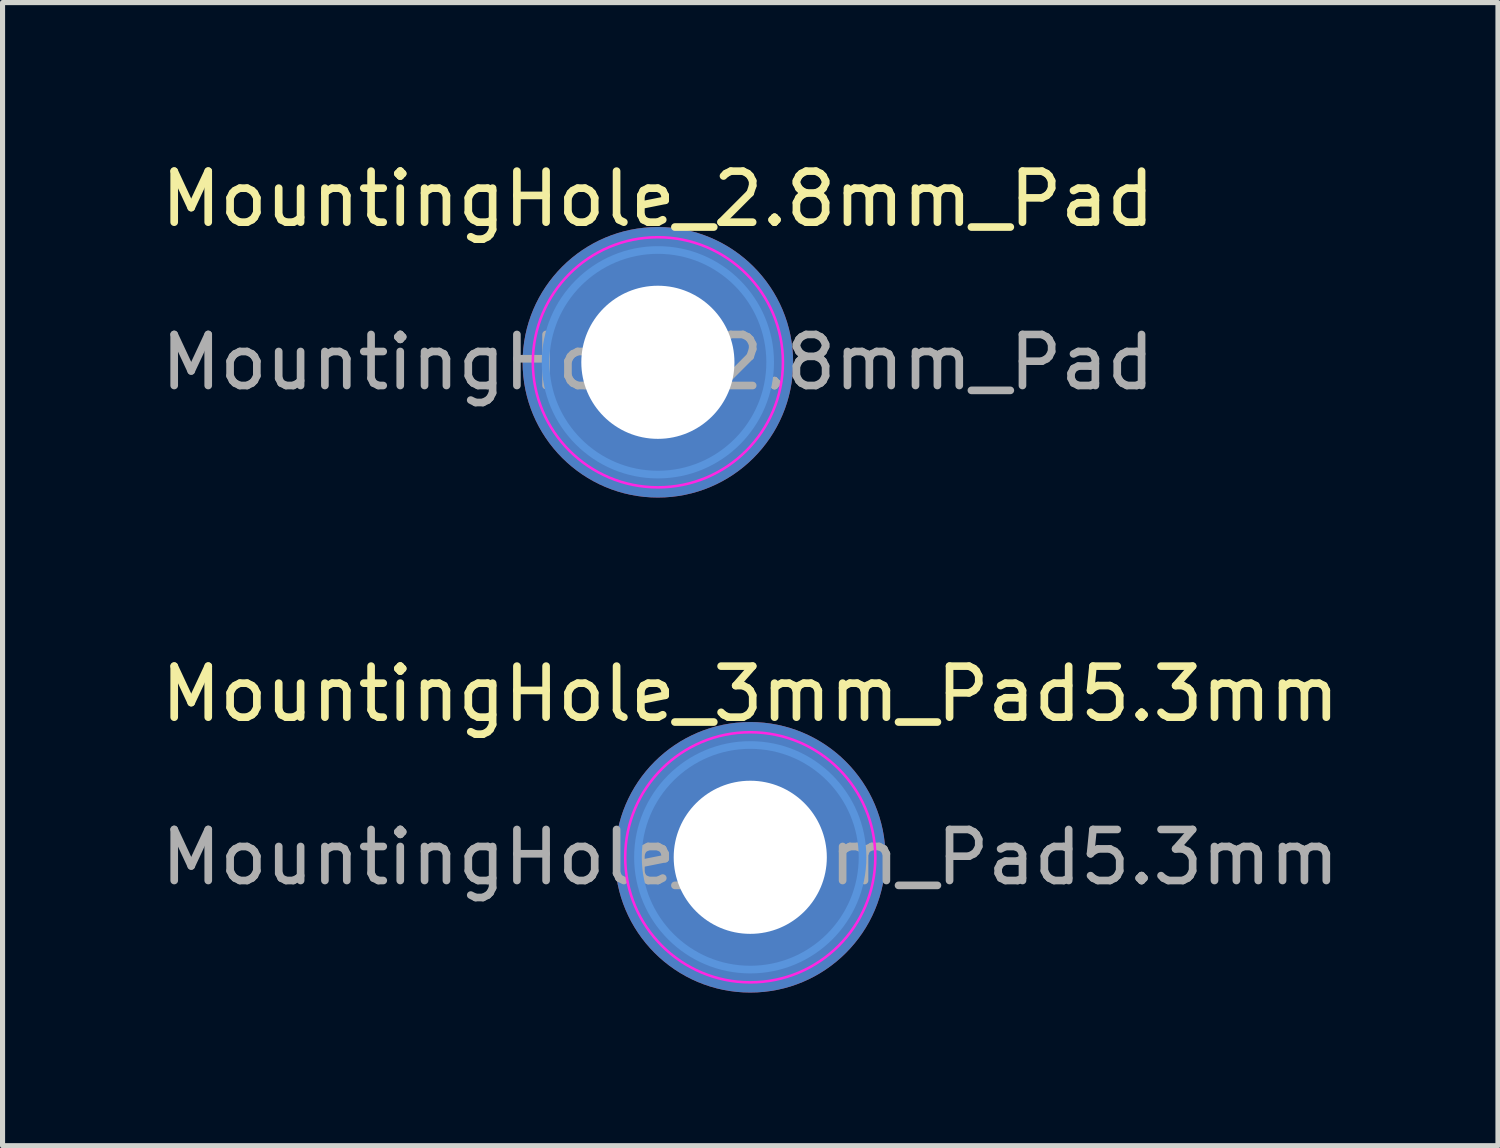
<source format=kicad_pcb>
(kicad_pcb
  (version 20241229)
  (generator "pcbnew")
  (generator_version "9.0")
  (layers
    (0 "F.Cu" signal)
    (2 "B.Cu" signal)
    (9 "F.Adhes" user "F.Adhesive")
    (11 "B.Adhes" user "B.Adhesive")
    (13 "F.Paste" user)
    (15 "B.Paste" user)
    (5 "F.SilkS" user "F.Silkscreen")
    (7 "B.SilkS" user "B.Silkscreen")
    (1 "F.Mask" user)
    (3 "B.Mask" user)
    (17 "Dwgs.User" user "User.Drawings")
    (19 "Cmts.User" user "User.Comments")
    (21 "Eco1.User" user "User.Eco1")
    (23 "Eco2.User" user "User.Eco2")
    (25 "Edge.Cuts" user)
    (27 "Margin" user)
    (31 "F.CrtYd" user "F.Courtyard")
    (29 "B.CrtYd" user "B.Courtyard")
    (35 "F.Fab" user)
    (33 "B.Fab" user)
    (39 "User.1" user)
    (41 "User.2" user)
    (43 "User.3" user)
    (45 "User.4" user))
  (footprint "MountingHole_3mm_Pad5.3mm"
    (layer "F.Cu")
    (at 11.649 13.746)
    (property "Reference" "MountingHole_3mm_Pad5.3mm" (at 0 -3.2 0) (layer "F.SilkS") (effects (font (size 1 1) (thickness 0.15))))
    (attr exclude_from_pos_files exclude_from_bom)
    (fp_circle (center 0 0) (end 2.2 0) (stroke (width 0.15) (type solid)) (fill no) (layer "Cmts.User"))
    (fp_circle (center 0 0) (end 2.45 0) (stroke (width 0.05) (type solid)) (fill no) (layer "F.CrtYd"))
    (fp_text user "${REFERENCE}" (at 0 0 0) (layer "F.Fab") (effects (font (size 1 1) (thickness 0.15))))
    (pad "1" thru_hole circle (at 0 0) (size 5.3 5.3) (drill 3) (layers "*.Cu" "*.Mask")))
  (footprint "MountingHole_2.8mm_Pad"
    (layer "F.Cu")
    (at 9.839 4.048)
    (property "Reference" "MountingHole_2.8mm_Pad" (at 0 -3.2 0) (layer "F.SilkS") (effects (font (size 1 1) (thickness 0.15))))
    (attr exclude_from_pos_files exclude_from_bom)
    (fp_circle (center 0 0) (end 2.2 0) (stroke (width 0.15) (type solid)) (fill no) (layer "Cmts.User"))
    (fp_circle (center 0 0) (end 2.45 0) (stroke (width 0.05) (type solid)) (fill no) (layer "F.CrtYd"))
    (fp_text user "${REFERENCE}" (at 0 0 0) (layer "F.Fab") (effects (font (size 1 1) (thickness 0.15))))
    (pad "1" thru_hole circle (at 0 0) (size 5.3 5.3) (drill 3) (layers "*.Cu" "*.Mask")))
  (gr_rect
    (start -3 -3)
    (end 26.298 19.396)
    (stroke (width 0.1) (type default))
    (fill no)
    (layer "Edge.Cuts")))
</source>
